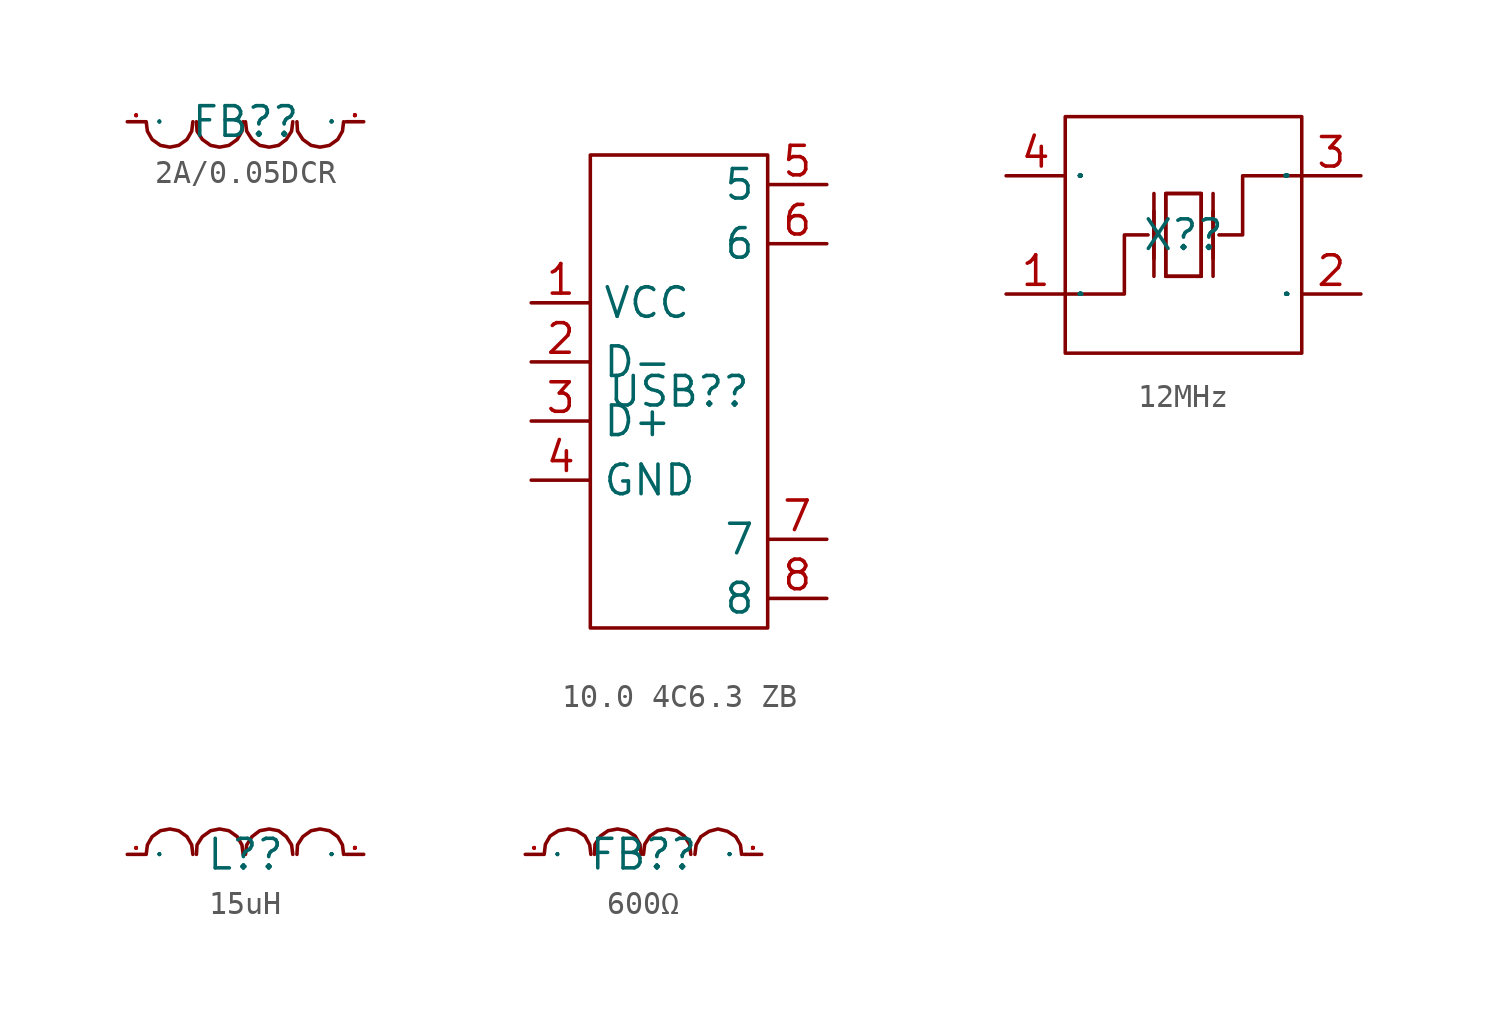
<source format=kicad_sym>
(kicad_symbol_lib
  (version 20231120)
  (generator "kicad_symbol_editor")
  (generator_version "8.0")
  (symbol "2A/0.05DCR"
    (property "Reference" "FB?"
      (at 0 0 0)
      (effects (font (size 1.27 1.27))))
    (property "Value" ""
      (at 0 0 0)
      (effects (font (size 1.27 1.27))))
    (symbol "2A/0.05DCR_1_0"
      (polyline (pts (xy -4.267 0) (xy -4.216 -0.406) (xy -4.216 -0.406) (xy -4.013 -0.762) (xy -4.013 -0.762) (xy -3.658 -1.016) (xy -3.658 -1.016) (xy -3.251 -1.092) (xy -3.251 -1.092) (xy -2.87 -1.016) (xy -2.87 -1.016) (xy -2.515 -0.762) (xy -2.515 -0.762) (xy -2.311 -0.406) (xy -2.311 -0.406) (xy -2.261 0)) (stroke (width 0) (type default)) (fill (type none)))
      (polyline (pts (xy -2.108 0) (xy -2.083 -0.406) (xy -2.083 -0.406) (xy -1.854 -0.762) (xy -1.854 -0.762) (xy -1.499 -1.016) (xy -1.499 -1.016) (xy -1.118 -1.092) (xy -1.118 -1.092) (xy -0.711 -1.016) (xy -0.711 -1.016) (xy -0.356 -0.762) (xy -0.356 -0.762) (xy -0.152 -0.406) (xy -0.152 -0.406) (xy -0.102 0)) (stroke (width 0) (type default)) (fill (type none)))
      (polyline (pts (xy 0 0) (xy 0.051 -0.406) (xy 0.051 -0.406) (xy 0.279 -0.762) (xy 0.279 -0.762) (xy 0.61 -1.016) (xy 0.61 -1.016) (xy 1.016 -1.092) (xy 1.016 -1.092) (xy 1.422 -1.016) (xy 1.422 -1.016) (xy 1.753 -0.762) (xy 1.753 -0.762) (xy 1.981 -0.406) (xy 1.981 -0.406) (xy 2.032 0)) (stroke (width 0) (type default)) (fill (type none)))
      (polyline (pts (xy 2.21 0) (xy 2.235 -0.406) (xy 2.235 -0.406) (xy 2.464 -0.762) (xy 2.464 -0.762) (xy 2.819 -1.016) (xy 2.819 -1.016) (xy 3.2 -1.092) (xy 3.2 -1.092) (xy 3.607 -1.016) (xy 3.607 -1.016) (xy 3.962 -0.762) (xy 3.962 -0.762) (xy 4.166 -0.406) (xy 4.166 -0.406) (xy 4.216 0)) (stroke (width 0) (type default)) (fill (type none)))
      (pin unspecified line (at -5.08 0 0) (length 0.762) (name "1" (effects (font (size 0.025 0.025)))) (number "1" (effects (font (size 0.025 0.025)))))
      (pin unspecified line (at 5.08 0 180) (length 0.762) (name "2" (effects (font (size 0.025 0.025)))) (number "2" (effects (font (size 0.025 0.025)))))))
  (symbol "10.0 4C6.3 ZB"
    (property "Reference" "USB?"
      (at 0 0 0)
      (effects (font (size 1.27 1.27))))
    (property "Value" ""
      (at 0 0 0)
      (effects (font (size 1.27 1.27))))
    (symbol "10.0 4C6.3 ZB_1_0"
      (rectangle (start -3.81 -10.16) (end 3.81 10.16) (stroke (width 0) (type default)) (fill (type none)))
      (pin unspecified line (at -6.35 3.81 0) (length 2.54) (name "VCC" (effects (font (size 1.27 1.27)))) (number "1" (effects (font (size 1.27 1.27)))))
      (pin unspecified line (at -6.35 1.27 0) (length 2.54) (name "D-" (effects (font (size 1.27 1.27)))) (number "2" (effects (font (size 1.27 1.27)))))
      (pin unspecified line (at -6.35 -1.27 0) (length 2.54) (name "D+" (effects (font (size 1.27 1.27)))) (number "3" (effects (font (size 1.27 1.27)))))
      (pin unspecified line (at -6.35 -3.81 0) (length 2.54) (name "GND" (effects (font (size 1.27 1.27)))) (number "4" (effects (font (size 1.27 1.27)))))
      (pin unspecified line (at 6.35 8.89 180) (length 2.54) (name "5" (effects (font (size 1.27 1.27)))) (number "5" (effects (font (size 1.27 1.27)))))
      (pin unspecified line (at 6.35 6.35 180) (length 2.54) (name "6" (effects (font (size 1.27 1.27)))) (number "6" (effects (font (size 1.27 1.27)))))
      (pin unspecified line (at 6.35 -6.35 180) (length 2.54) (name "7" (effects (font (size 1.27 1.27)))) (number "7" (effects (font (size 1.27 1.27)))))
      (pin unspecified line (at 6.35 -8.89 180) (length 2.54) (name "8" (effects (font (size 1.27 1.27)))) (number "8" (effects (font (size 1.27 1.27)))))))
  (symbol "12MHz"
    (property "Reference" "X?"
      (at 0 0 0)
      (effects (font (size 1.27 1.27))))
    (property "Value" ""
      (at 0 0 0)
      (effects (font (size 1.27 1.27))))
    (symbol "12MHz_1_0"
      (rectangle (start -5.08 -5.08) (end 5.08 5.08) (stroke (width 0) (type default)) (fill (type none)))
      (polyline (pts (xy -1.27 -1.778) (xy -1.27 1.778)) (stroke (width 0) (type default)) (fill (type none)))
      (polyline (pts (xy -1.27 -1.016) (xy -1.27 1.016)) (stroke (width 0) (type default)) (fill (type none)))
      (polyline (pts (xy 0.762 -1.778) (xy -0.762 -1.778)) (stroke (width 0) (type default)) (fill (type none)))
      (polyline (pts (xy 1.27 -1.778) (xy 1.27 1.778)) (stroke (width 0) (type default)) (fill (type none)))
      (polyline (pts (xy 1.27 -1.016) (xy 1.27 1.016)) (stroke (width 0) (type default)) (fill (type none)))
      (polyline (pts (xy -5.08 -2.54) (xy -2.54 -2.54) (xy -2.54 -2.54) (xy -2.54 0) (xy -2.54 0) (xy -1.524 0)) (stroke (width 0) (type default)) (fill (type none)))
      (polyline (pts (xy -0.762 -1.778) (xy -0.762 1.778) (xy -0.762 1.778) (xy 0.762 1.778) (xy 0.762 1.778) (xy 0.762 -1.778)) (stroke (width 0) (type default)) (fill (type none)))
      (polyline (pts (xy 5.08 2.54) (xy 2.54 2.54) (xy 2.54 2.54) (xy 2.54 0) (xy 2.54 0) (xy 1.524 0)) (stroke (width 0) (type default)) (fill (type none)))
      (polyline (pts (xy 0.762 1.778) (xy 0.762 -1.778) (xy 0.762 -1.778) (xy -0.762 -1.778) (xy -0.762 -1.778) (xy -0.762 1.778) (xy -0.762 1.778) (xy 0.762 1.778)) (stroke (width 0) (type default)) (fill (type none)))
      (pin unspecified line (at -7.62 -2.54 0) (length 2.54) (name "OSC1" (effects (font (size 0.025 0.025)))) (number "1" (effects (font (size 1.27 1.27)))))
      (pin unspecified line (at 7.62 -2.54 180) (length 2.54) (name "GND" (effects (font (size 0.025 0.025)))) (number "2" (effects (font (size 1.27 1.27)))))
      (pin unspecified line (at 7.62 2.54 180) (length 2.54) (name "OSC2" (effects (font (size 0.025 0.025)))) (number "3" (effects (font (size 1.27 1.27)))))
      (pin unspecified line (at -7.62 2.54 0) (length 2.54) (name "GND" (effects (font (size 0.025 0.025)))) (number "4" (effects (font (size 1.27 1.27)))))))
  (symbol "15uH"
    (property "Reference" "L?"
      (at 0 0 0)
      (effects (font (size 1.27 1.27))))
    (property "Value" ""
      (at 0 0 0)
      (effects (font (size 1.27 1.27))))
    (symbol "15uH_1_0"
      (polyline (pts (xy -4.267 0) (xy -4.216 0.406) (xy -4.216 0.406) (xy -4.013 0.762) (xy -4.013 0.762) (xy -3.658 1.016) (xy -3.658 1.016) (xy -3.251 1.092) (xy -3.251 1.092) (xy -2.87 1.016) (xy -2.87 1.016) (xy -2.515 0.762) (xy -2.515 0.762) (xy -2.311 0.406) (xy -2.311 0.406) (xy -2.261 0)) (stroke (width 0) (type default)) (fill (type none)))
      (polyline (pts (xy -2.108 0) (xy -2.083 0.406) (xy -2.083 0.406) (xy -1.854 0.762) (xy -1.854 0.762) (xy -1.499 1.016) (xy -1.499 1.016) (xy -1.118 1.092) (xy -1.118 1.092) (xy -0.711 1.016) (xy -0.711 1.016) (xy -0.356 0.762) (xy -0.356 0.762) (xy -0.152 0.406) (xy -0.152 0.406) (xy -0.102 0)) (stroke (width 0) (type default)) (fill (type none)))
      (polyline (pts (xy 0 0) (xy 0.051 0.406) (xy 0.051 0.406) (xy 0.279 0.762) (xy 0.279 0.762) (xy 0.61 1.016) (xy 0.61 1.016) (xy 1.016 1.092) (xy 1.016 1.092) (xy 1.422 1.016) (xy 1.422 1.016) (xy 1.753 0.762) (xy 1.753 0.762) (xy 1.981 0.406) (xy 1.981 0.406) (xy 2.032 0)) (stroke (width 0) (type default)) (fill (type none)))
      (polyline (pts (xy 2.21 0) (xy 2.235 0.406) (xy 2.235 0.406) (xy 2.464 0.762) (xy 2.464 0.762) (xy 2.819 1.016) (xy 2.819 1.016) (xy 3.2 1.092) (xy 3.2 1.092) (xy 3.607 1.016) (xy 3.607 1.016) (xy 3.962 0.762) (xy 3.962 0.762) (xy 4.166 0.406) (xy 4.166 0.406) (xy 4.216 0)) (stroke (width 0) (type default)) (fill (type none)))
      (pin unspecified line (at -5.08 0 0) (length 0.762) (name "1" (effects (font (size 0.025 0.025)))) (number "1" (effects (font (size 0.025 0.025)))))
      (pin unspecified line (at 5.08 0 180) (length 0.762) (name "2" (effects (font (size 0.025 0.025)))) (number "2" (effects (font (size 0.025 0.025)))))))
  (symbol "600Ω"
    (property "Reference" "FB?"
      (at 0 0 0)
      (effects (font (size 1.27 1.27))))
    (property "Value" ""
      (at 0 0 0)
      (effects (font (size 1.27 1.27))))
    (symbol "600Ω_1_0"
      (polyline (pts (xy -4.267 0) (xy -4.216 0.432) (xy -4.216 0.432) (xy -4.013 0.787) (xy -4.013 0.787) (xy -3.658 1.016) (xy -3.658 1.016) (xy -3.251 1.092) (xy -3.251 1.092) (xy -2.87 1.016) (xy -2.87 1.016) (xy -2.515 0.787) (xy -2.515 0.787) (xy -2.311 0.406) (xy -2.311 0.406) (xy -2.261 0)) (stroke (width 0) (type default)) (fill (type none)))
      (polyline (pts (xy -2.108 0) (xy -2.083 0.432) (xy -2.083 0.432) (xy -1.854 0.787) (xy -1.854 0.787) (xy -1.524 1.016) (xy -1.524 1.016) (xy -1.118 1.092) (xy -1.118 1.092) (xy -0.711 1.016) (xy -0.711 1.016) (xy -0.356 0.787) (xy -0.356 0.787) (xy -0.152 0.432) (xy -0.152 0.432) (xy -0.102 0)) (stroke (width 0) (type default)) (fill (type none)))
      (polyline (pts (xy 0 0) (xy 0.051 0.432) (xy 0.051 0.432) (xy 0.279 0.787) (xy 0.279 0.787) (xy 0.61 1.016) (xy 0.61 1.016) (xy 1.016 1.092) (xy 1.016 1.092) (xy 1.422 1.016) (xy 1.422 1.016) (xy 1.753 0.787) (xy 1.753 0.787) (xy 1.981 0.432) (xy 1.981 0.432) (xy 2.032 0)) (stroke (width 0) (type default)) (fill (type none)))
      (polyline (pts (xy 2.21 0) (xy 2.261 0.406) (xy 2.261 0.406) (xy 2.464 0.762) (xy 2.464 0.762) (xy 2.819 0.991) (xy 2.819 0.991) (xy 3.2 1.092) (xy 3.2 1.092) (xy 3.607 0.991) (xy 3.607 0.991) (xy 3.962 0.762) (xy 3.962 0.762) (xy 4.166 0.406) (xy 4.166 0.406) (xy 4.216 0)) (stroke (width 0) (type default)) (fill (type none)))
      (pin unspecified line (at -5.08 0 0) (length 0.762) (name "1" (effects (font (size 0.025 0.025)))) (number "1" (effects (font (size 0.025 0.025)))))
      (pin unspecified line (at 5.08 0 180) (length 0.762) (name "2" (effects (font (size 0.025 0.025)))) (number "2" (effects (font (size 0.025 0.025))))))))
</source>
